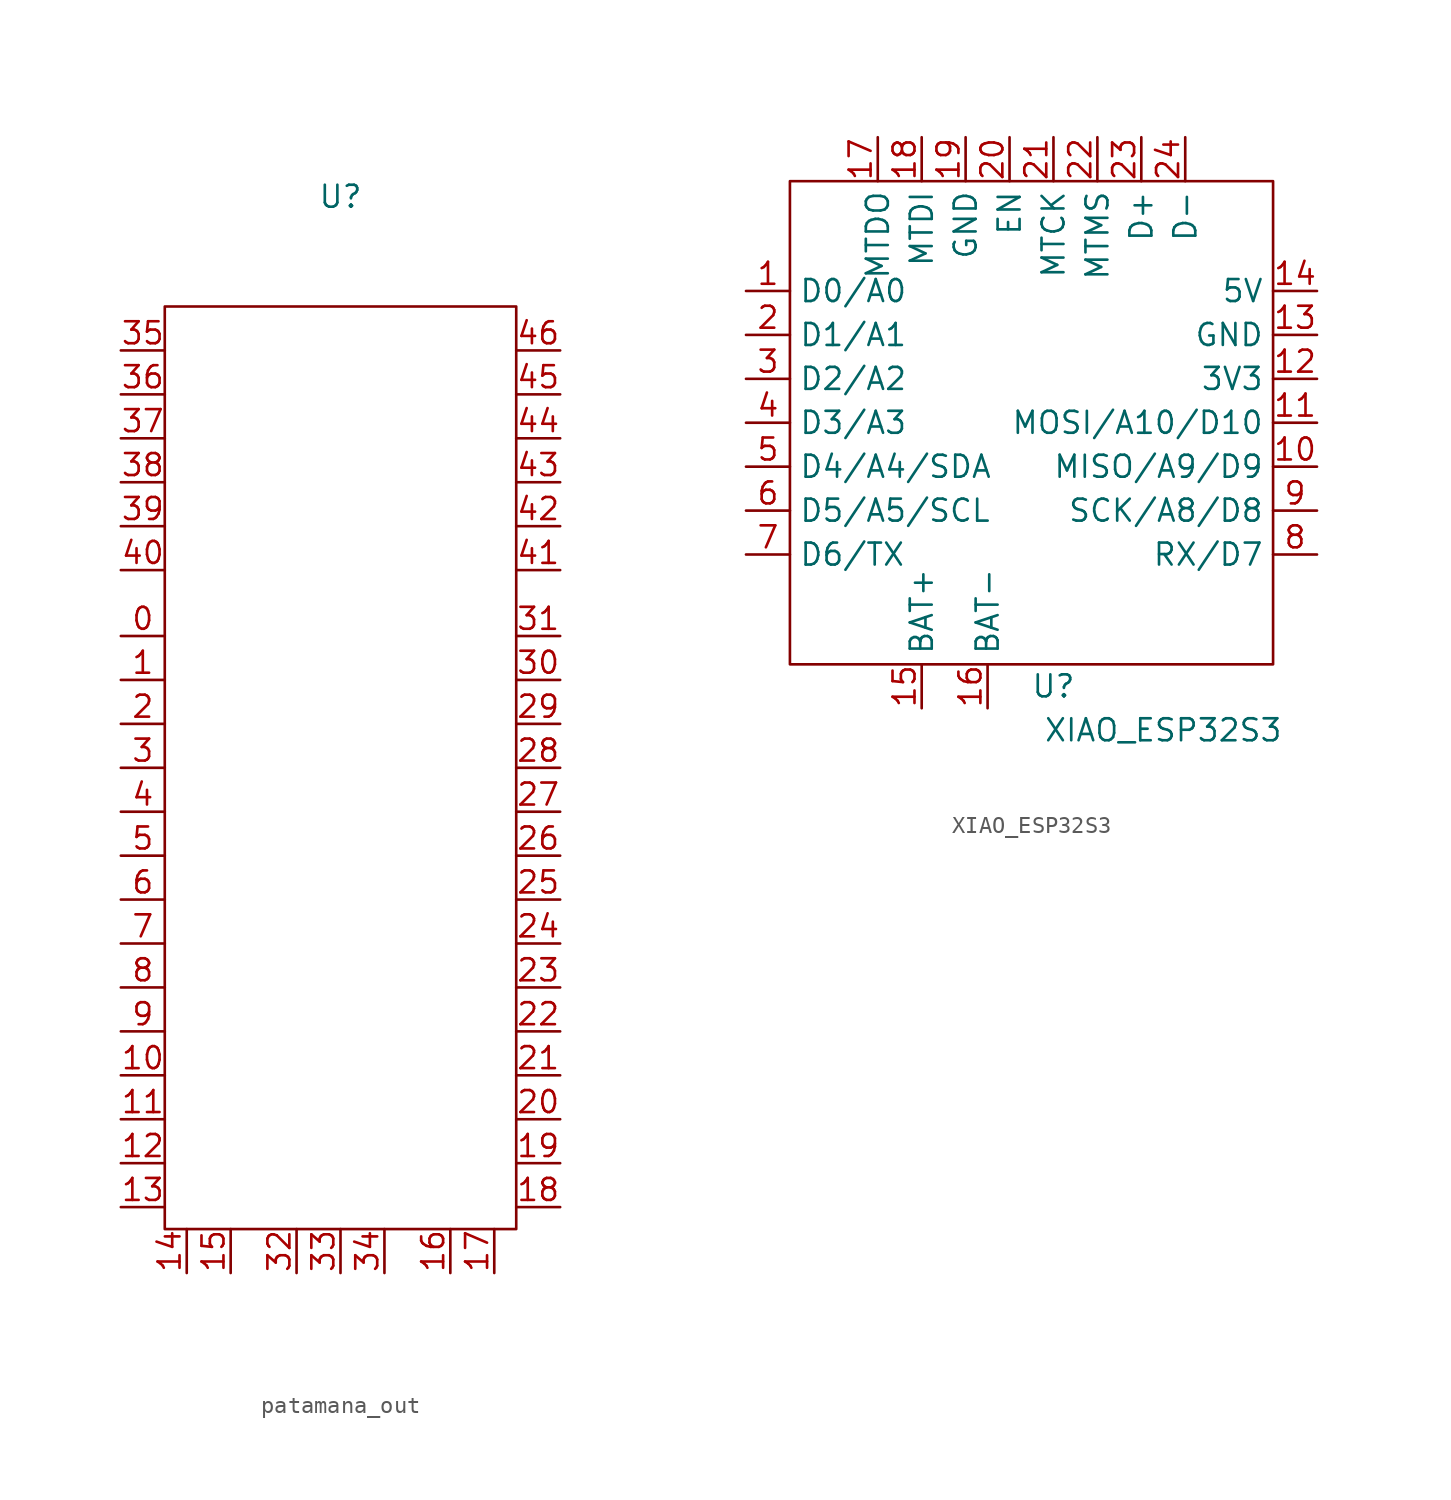
<source format=kicad_sym>
(kicad_symbol_lib
  (version 20220914)
  (generator kicad_symbol_editor)
  (symbol "patamana_out"
    (property "Reference" "U"
      (at 0 33.02 0)
      (effects (font (size 1.27 1.27))))
    (property "Value" ""
      (at -10.16 -12.7 90)
      (effects (font (size 1.27 1.27))))
    (symbol "patamana_out_0_1"
      (rectangle (start -10.16 26.67) (end 10.16 -26.67) (stroke (width 0) (type default)) (fill (type none))))
    (symbol "patamana_out_1_1"
      (pin passive line (at -12.7 7.62 0) (length 2.54) (name "" (effects (font (size 1.27 1.27)))) (number "0" (effects (font (size 1.27 1.27)))))
      (pin passive line (at -12.7 5.08 0) (length 2.54) (name "" (effects (font (size 1.27 1.27)))) (number "1" (effects (font (size 1.27 1.27)))))
      (pin passive line (at -12.7 -17.78 0) (length 2.54) (name "" (effects (font (size 1.27 1.27)))) (number "10" (effects (font (size 1.27 1.27)))))
      (pin passive line (at -12.7 -20.32 0) (length 2.54) (name "" (effects (font (size 1.27 1.27)))) (number "11" (effects (font (size 1.27 1.27)))))
      (pin passive line (at -12.7 -22.86 0) (length 2.54) (name "" (effects (font (size 1.27 1.27)))) (number "12" (effects (font (size 1.27 1.27)))))
      (pin passive line (at -12.7 -25.4 0) (length 2.54) (name "" (effects (font (size 1.27 1.27)))) (number "13" (effects (font (size 1.27 1.27)))))
      (pin passive line (at -8.89 -29.21 90) (length 2.54) (name "" (effects (font (size 1.27 1.27)))) (number "14" (effects (font (size 1.27 1.27)))))
      (pin passive line (at -6.35 -29.21 90) (length 2.54) (name "" (effects (font (size 1.27 1.27)))) (number "15" (effects (font (size 1.27 1.27)))))
      (pin passive line (at 6.35 -29.21 90) (length 2.54) (name "" (effects (font (size 1.27 1.27)))) (number "16" (effects (font (size 1.27 1.27)))))
      (pin passive line (at 8.89 -29.21 90) (length 2.54) (name "" (effects (font (size 1.27 1.27)))) (number "17" (effects (font (size 1.27 1.27)))))
      (pin passive line (at 12.7 -25.4 180) (length 2.54) (name "" (effects (font (size 1.27 1.27)))) (number "18" (effects (font (size 1.27 1.27)))))
      (pin passive line (at 12.7 -22.86 180) (length 2.54) (name "" (effects (font (size 1.27 1.27)))) (number "19" (effects (font (size 1.27 1.27)))))
      (pin passive line (at -12.7 2.54 0) (length 2.54) (name "" (effects (font (size 1.27 1.27)))) (number "2" (effects (font (size 1.27 1.27)))))
      (pin passive line (at 12.7 -20.32 180) (length 2.54) (name "" (effects (font (size 1.27 1.27)))) (number "20" (effects (font (size 1.27 1.27)))))
      (pin passive line (at 12.7 -17.78 180) (length 2.54) (name "" (effects (font (size 1.27 1.27)))) (number "21" (effects (font (size 1.27 1.27)))))
      (pin passive line (at 12.7 -15.24 180) (length 2.54) (name "" (effects (font (size 1.27 1.27)))) (number "22" (effects (font (size 1.27 1.27)))))
      (pin passive line (at 12.7 -12.7 180) (length 2.54) (name "" (effects (font (size 1.27 1.27)))) (number "23" (effects (font (size 1.27 1.27)))))
      (pin passive line (at 12.7 -10.16 180) (length 2.54) (name "" (effects (font (size 1.27 1.27)))) (number "24" (effects (font (size 1.27 1.27)))))
      (pin passive line (at 12.7 -7.62 180) (length 2.54) (name "" (effects (font (size 1.27 1.27)))) (number "25" (effects (font (size 1.27 1.27)))))
      (pin passive line (at 12.7 -5.08 180) (length 2.54) (name "" (effects (font (size 1.27 1.27)))) (number "26" (effects (font (size 1.27 1.27)))))
      (pin passive line (at 12.7 -2.54 180) (length 2.54) (name "" (effects (font (size 1.27 1.27)))) (number "27" (effects (font (size 1.27 1.27)))))
      (pin passive line (at 12.7 0 180) (length 2.54) (name "" (effects (font (size 1.27 1.27)))) (number "28" (effects (font (size 1.27 1.27)))))
      (pin passive line (at 12.7 2.54 180) (length 2.54) (name "" (effects (font (size 1.27 1.27)))) (number "29" (effects (font (size 1.27 1.27)))))
      (pin passive line (at -12.7 0 0) (length 2.54) (name "" (effects (font (size 1.27 1.27)))) (number "3" (effects (font (size 1.27 1.27)))))
      (pin passive line (at 12.7 5.08 180) (length 2.54) (name "" (effects (font (size 1.27 1.27)))) (number "30" (effects (font (size 1.27 1.27)))))
      (pin passive line (at 12.7 7.62 180) (length 2.54) (name "" (effects (font (size 1.27 1.27)))) (number "31" (effects (font (size 1.27 1.27)))))
      (pin passive line (at -2.54 -29.21 90) (length 2.54) (name "" (effects (font (size 1.27 1.27)))) (number "32" (effects (font (size 1.27 1.27)))))
      (pin passive line (at 0 -29.21 90) (length 2.54) (name "" (effects (font (size 1.27 1.27)))) (number "33" (effects (font (size 1.27 1.27)))))
      (pin passive line (at 2.54 -29.21 90) (length 2.54) (name "" (effects (font (size 1.27 1.27)))) (number "34" (effects (font (size 1.27 1.27)))))
      (pin passive line (at -12.7 24.13 0) (length 2.54) (name "" (effects (font (size 1.27 1.27)))) (number "35" (effects (font (size 1.27 1.27)))))
      (pin passive line (at -12.7 21.59 0) (length 2.54) (name "" (effects (font (size 1.27 1.27)))) (number "36" (effects (font (size 1.27 1.27)))))
      (pin passive line (at -12.7 19.05 0) (length 2.54) (name "" (effects (font (size 1.27 1.27)))) (number "37" (effects (font (size 1.27 1.27)))))
      (pin passive line (at -12.7 16.51 0) (length 2.54) (name "" (effects (font (size 1.27 1.27)))) (number "38" (effects (font (size 1.27 1.27)))))
      (pin passive line (at -12.7 13.97 0) (length 2.54) (name "" (effects (font (size 1.27 1.27)))) (number "39" (effects (font (size 1.27 1.27)))))
      (pin passive line (at -12.7 -2.54 0) (length 2.54) (name "" (effects (font (size 1.27 1.27)))) (number "4" (effects (font (size 1.27 1.27)))))
      (pin passive line (at -12.7 11.43 0) (length 2.54) (name "" (effects (font (size 1.27 1.27)))) (number "40" (effects (font (size 1.27 1.27)))))
      (pin passive line (at 12.7 11.43 180) (length 2.54) (name "" (effects (font (size 1.27 1.27)))) (number "41" (effects (font (size 1.27 1.27)))))
      (pin passive line (at 12.7 13.97 180) (length 2.54) (name "" (effects (font (size 1.27 1.27)))) (number "42" (effects (font (size 1.27 1.27)))))
      (pin passive line (at 12.7 16.51 180) (length 2.54) (name "" (effects (font (size 1.27 1.27)))) (number "43" (effects (font (size 1.27 1.27)))))
      (pin passive line (at 12.7 19.05 180) (length 2.54) (name "" (effects (font (size 1.27 1.27)))) (number "44" (effects (font (size 1.27 1.27)))))
      (pin passive line (at 12.7 21.59 180) (length 2.54) (name "" (effects (font (size 1.27 1.27)))) (number "45" (effects (font (size 1.27 1.27)))))
      (pin passive line (at 12.7 24.13 180) (length 2.54) (name "" (effects (font (size 1.27 1.27)))) (number "46" (effects (font (size 1.27 1.27)))))
      (pin passive line (at -12.7 -5.08 0) (length 2.54) (name "" (effects (font (size 1.27 1.27)))) (number "5" (effects (font (size 1.27 1.27)))))
      (pin passive line (at -12.7 -7.62 0) (length 2.54) (name "" (effects (font (size 1.27 1.27)))) (number "6" (effects (font (size 1.27 1.27)))))
      (pin passive line (at -12.7 -10.16 0) (length 2.54) (name "" (effects (font (size 1.27 1.27)))) (number "7" (effects (font (size 1.27 1.27)))))
      (pin passive line (at -12.7 -12.7 0) (length 2.54) (name "" (effects (font (size 1.27 1.27)))) (number "8" (effects (font (size 1.27 1.27)))))
      (pin passive line (at -12.7 -15.24 0) (length 2.54) (name "" (effects (font (size 1.27 1.27)))) (number "9" (effects (font (size 1.27 1.27)))))))
  (symbol "XIAO_ESP32S3"
    (property "Reference" "U"
      (at 1.27 -15.24 0)
      (effects (font (size 1.27 1.27))))
    (property "Value" "XIAO_ESP32S3"
      (at 7.62 -17.78 0)
      (effects (font (size 1.27 1.27))))
    (symbol "XIAO_ESP32S3_0_1"
      (rectangle (start -13.97 13.97) (end 13.97 -13.97) (stroke (width 0) (type default)) (fill (type none))))
    (symbol "XIAO_ESP32S3_1_1"
      (pin bidirectional line (at -16.51 7.62 0) (length 2.54) (name "D0/A0" (effects (font (size 1.27 1.27)))) (number "1" (effects (font (size 1.27 1.27)))))
      (pin bidirectional line (at 16.51 -2.54 180) (length 2.54) (name "MISO/A9/D9" (effects (font (size 1.27 1.27)))) (number "10" (effects (font (size 1.27 1.27)))))
      (pin bidirectional line (at 16.51 0 180) (length 2.54) (name "MOSI/A10/D10" (effects (font (size 1.27 1.27)))) (number "11" (effects (font (size 1.27 1.27)))))
      (pin power_out line (at 16.51 2.54 180) (length 2.54) (name "3V3" (effects (font (size 1.27 1.27)))) (number "12" (effects (font (size 1.27 1.27)))))
      (pin power_in line (at 16.51 5.08 180) (length 2.54) (name "GND" (effects (font (size 1.27 1.27)))) (number "13" (effects (font (size 1.27 1.27)))))
      (pin bidirectional line (at 16.51 7.62 180) (length 2.54) (name "5V" (effects (font (size 1.27 1.27)))) (number "14" (effects (font (size 1.27 1.27)))))
      (pin power_in line (at -6.35 -16.51 90) (length 2.54) (name "BAT+" (effects (font (size 1.27 1.27)))) (number "15" (effects (font (size 1.27 1.27)))))
      (pin power_in line (at -2.54 -16.51 90) (length 2.54) (name "BAT-" (effects (font (size 1.27 1.27)))) (number "16" (effects (font (size 1.27 1.27)))))
      (pin output line (at -8.89 16.51 270) (length 2.54) (name "MTDO" (effects (font (size 1.27 1.27)))) (number "17" (effects (font (size 1.27 1.27)))))
      (pin input line (at -6.35 16.51 270) (length 2.54) (name "MTDI" (effects (font (size 1.27 1.27)))) (number "18" (effects (font (size 1.27 1.27)))))
      (pin power_in line (at -3.81 16.51 270) (length 2.54) (name "GND" (effects (font (size 1.27 1.27)))) (number "19" (effects (font (size 1.27 1.27)))))
      (pin bidirectional line (at -16.51 5.08 0) (length 2.54) (name "D1/A1" (effects (font (size 1.27 1.27)))) (number "2" (effects (font (size 1.27 1.27)))))
      (pin bidirectional line (at -1.27 16.51 270) (length 2.54) (name "EN" (effects (font (size 1.27 1.27)))) (number "20" (effects (font (size 1.27 1.27)))))
      (pin input line (at 1.27 16.51 270) (length 2.54) (name "MTCK" (effects (font (size 1.27 1.27)))) (number "21" (effects (font (size 1.27 1.27)))))
      (pin input line (at 3.81 16.51 270) (length 2.54) (name "MTMS" (effects (font (size 1.27 1.27)))) (number "22" (effects (font (size 1.27 1.27)))))
      (pin bidirectional line (at 6.35 16.51 270) (length 2.54) (name "D+" (effects (font (size 1.27 1.27)))) (number "23" (effects (font (size 1.27 1.27)))))
      (pin bidirectional line (at 8.89 16.51 270) (length 2.54) (name "D-" (effects (font (size 1.27 1.27)))) (number "24" (effects (font (size 1.27 1.27)))))
      (pin bidirectional line (at -16.51 2.54 0) (length 2.54) (name "D2/A2" (effects (font (size 1.27 1.27)))) (number "3" (effects (font (size 1.27 1.27)))))
      (pin bidirectional line (at -16.51 0 0) (length 2.54) (name "D3/A3" (effects (font (size 1.27 1.27)))) (number "4" (effects (font (size 1.27 1.27)))))
      (pin bidirectional line (at -16.51 -2.54 0) (length 2.54) (name "D4/A4/SDA" (effects (font (size 1.27 1.27)))) (number "5" (effects (font (size 1.27 1.27)))))
      (pin bidirectional line (at -16.51 -5.08 0) (length 2.54) (name "D5/A5/SCL" (effects (font (size 1.27 1.27)))) (number "6" (effects (font (size 1.27 1.27)))))
      (pin bidirectional line (at -16.51 -7.62 0) (length 2.54) (name "D6/TX" (effects (font (size 1.27 1.27)))) (number "7" (effects (font (size 1.27 1.27)))))
      (pin bidirectional line (at 16.51 -7.62 180) (length 2.54) (name "RX/D7" (effects (font (size 1.27 1.27)))) (number "8" (effects (font (size 1.27 1.27)))))
      (pin bidirectional line (at 16.51 -5.08 180) (length 2.54) (name "SCK/A8/D8" (effects (font (size 1.27 1.27)))) (number "9" (effects (font (size 1.27 1.27))))))))
</source>
